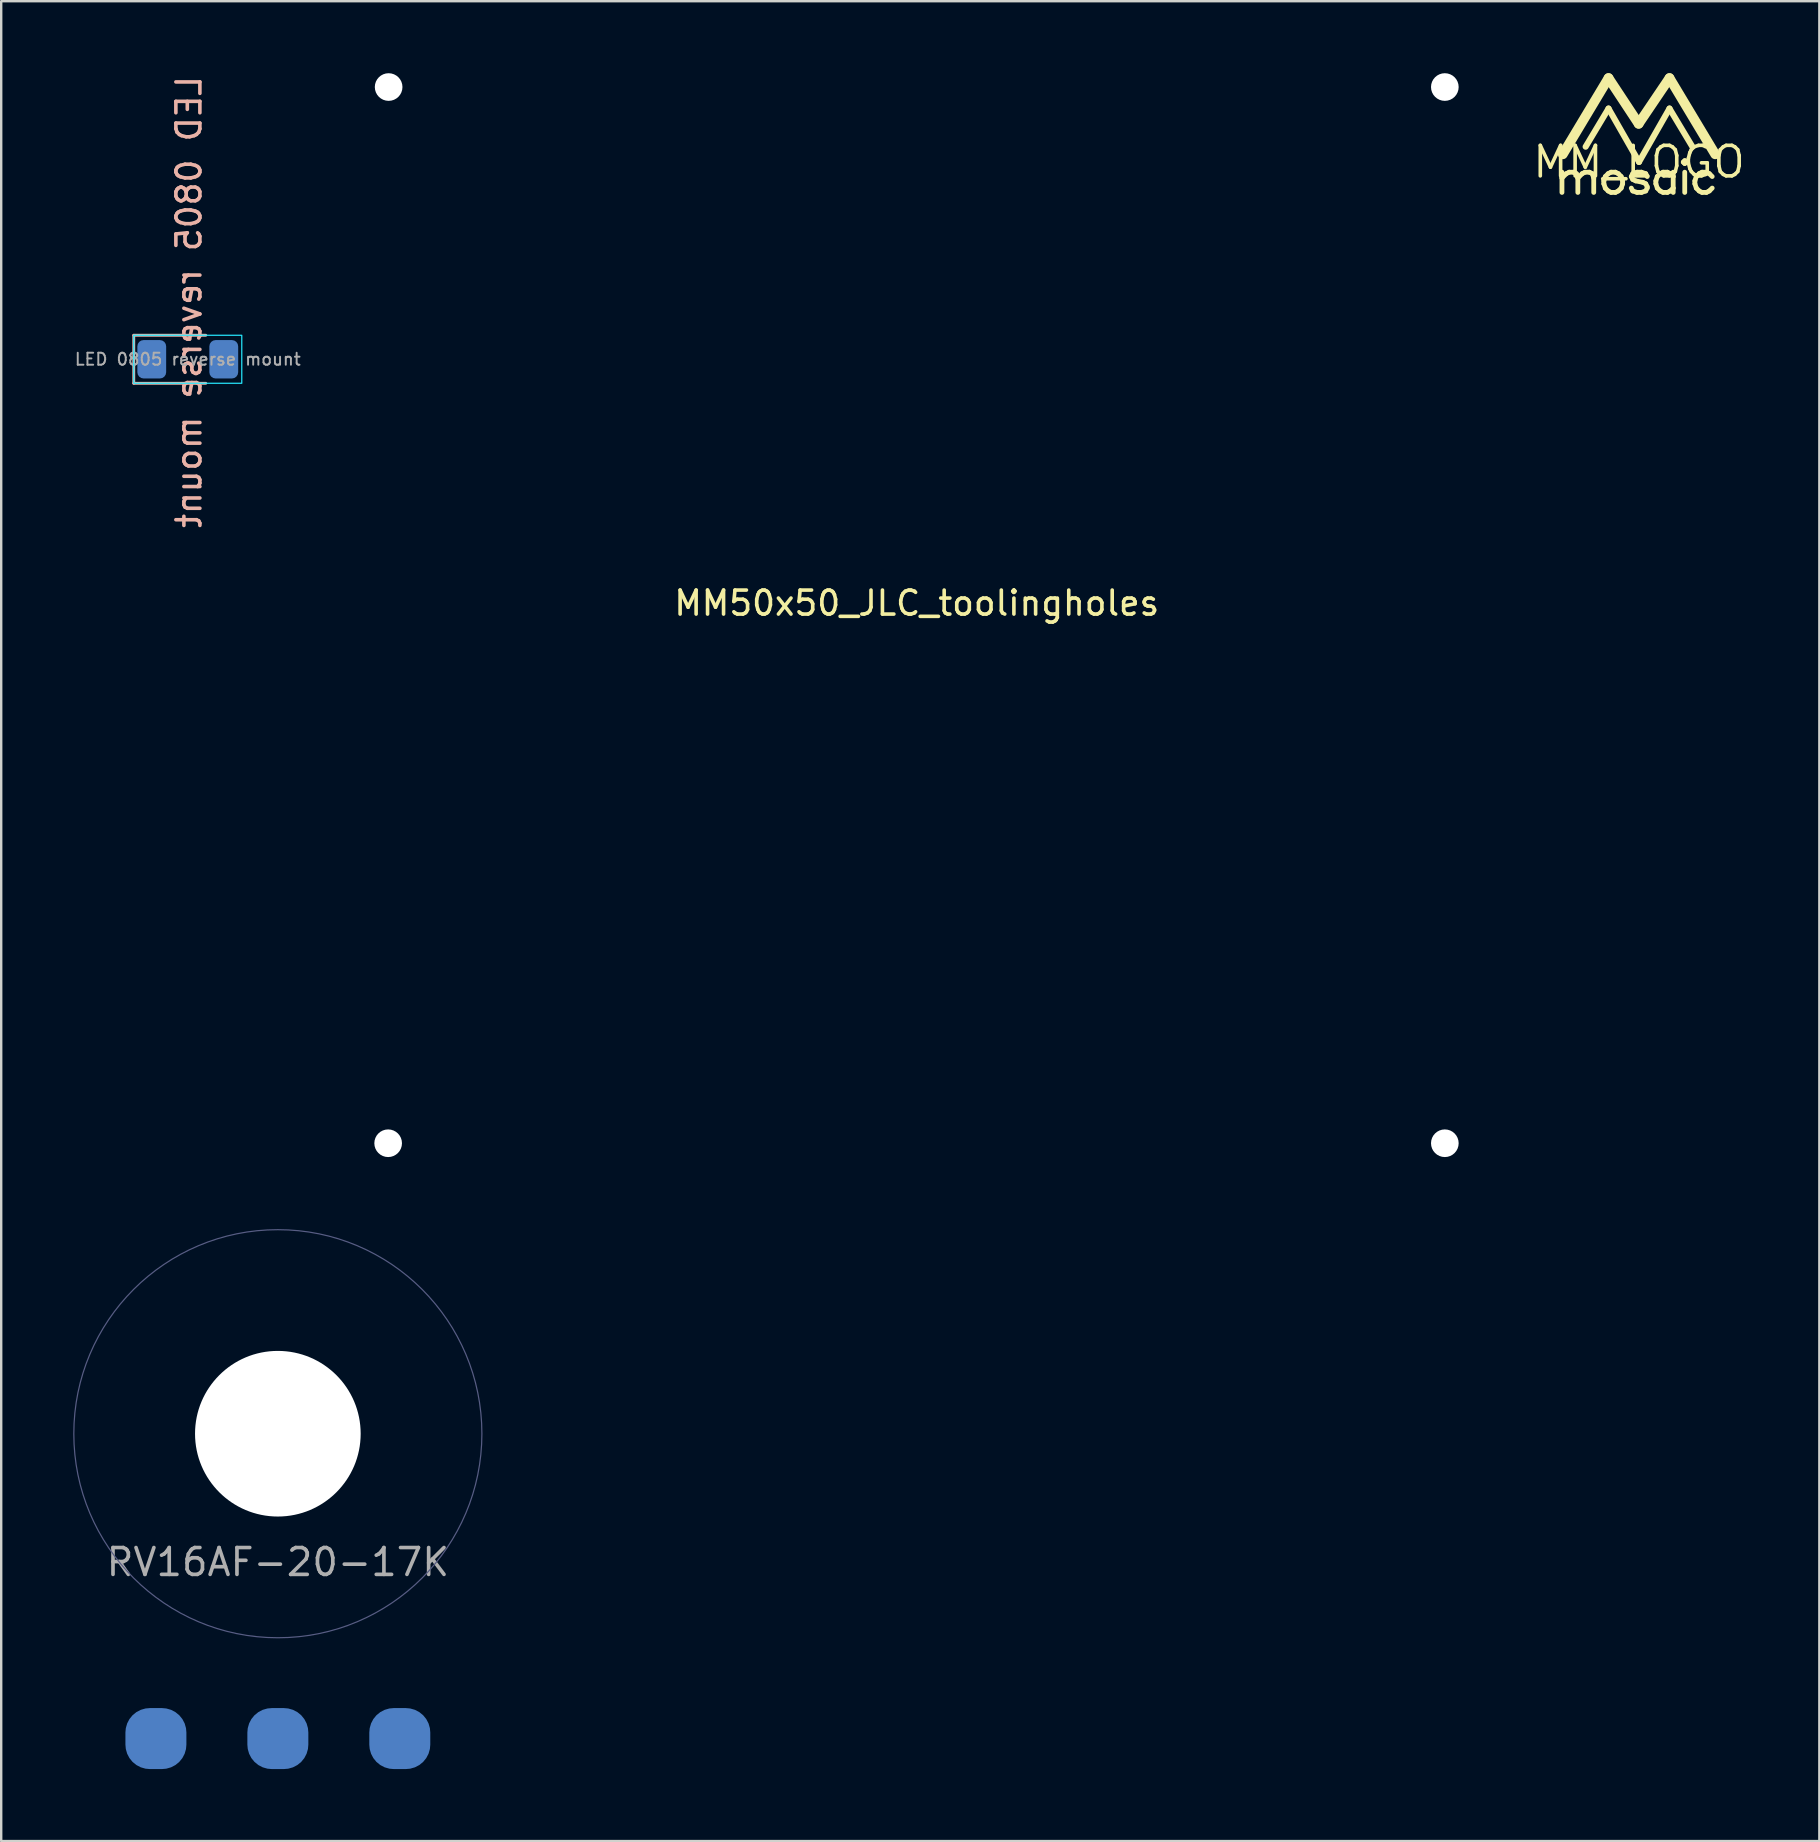
<source format=kicad_pcb>
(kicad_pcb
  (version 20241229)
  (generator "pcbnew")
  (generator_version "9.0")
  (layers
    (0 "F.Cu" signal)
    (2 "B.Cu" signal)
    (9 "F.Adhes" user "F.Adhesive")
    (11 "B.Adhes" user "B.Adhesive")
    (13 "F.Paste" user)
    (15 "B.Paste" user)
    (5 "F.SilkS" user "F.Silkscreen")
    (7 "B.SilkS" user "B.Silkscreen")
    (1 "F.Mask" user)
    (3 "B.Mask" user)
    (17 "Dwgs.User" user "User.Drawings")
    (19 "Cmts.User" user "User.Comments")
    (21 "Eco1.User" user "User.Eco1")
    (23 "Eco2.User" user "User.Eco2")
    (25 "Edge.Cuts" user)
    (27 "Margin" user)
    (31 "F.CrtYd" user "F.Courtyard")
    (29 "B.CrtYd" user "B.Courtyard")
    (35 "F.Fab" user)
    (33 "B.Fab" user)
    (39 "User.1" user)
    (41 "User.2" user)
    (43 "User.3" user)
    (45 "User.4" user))
  (footprint "MM50x50_JLC_toolingholes"
    (layer "F.Cu")
    (at 35.14 22.576)
    (property "Reference" "MM50x50_JLC_toolingholes" (at 0 -0.5 0) (unlocked yes) (layer "F.SilkS") (effects (font (size 1 1) (thickness 0.15))))
    (pad "" np_thru_hole circle (at -22.02 22) (size 1.152 1.152) (drill 1.152) (layers "*.Cu" "*.Mask"))
    (pad "" np_thru_hole circle (at -22 -22) (size 1.152 1.152) (drill 1.152) (layers "*.Cu" "*.Mask"))
    (pad "" np_thru_hole circle (at 22 -22) (size 1.152 1.152) (drill 1.152) (layers "*.Cu" "*.Mask"))
    (pad "" np_thru_hole circle (at 22 22) (size 1.152 1.152) (drill 1.152) (layers "*.Cu" "*.Mask")))
  (footprint "LED 0805 reverse mount"
    (layer "F.Cu")
    (at 4.772 11.917)
    (property "Reference" "LED 0805 reverse mount" (at 0.05 -2.388 90) (layer "B.SilkS") (effects (font (size 1 1) (thickness 0.15)) (justify mirror)))
    (attr smd)
    (fp_poly (pts (xy 0.75 0.75) (xy -0.75 0.75) (xy -0.75 -0.75) (xy 0.75 -0.75)) (stroke (width 0) (type solid)) (fill yes) (layer "B.Mask"))
    (fp_line (start -2.25 -1) (end -2.25 1) (stroke (width 0.12) (type solid)) (layer "B.SilkS"))
    (fp_line (start -2.25 1) (end 0.75 1) (stroke (width 0.12) (type solid)) (layer "B.SilkS"))
    (fp_line (start 0.75 -1) (end -2.25 -1) (stroke (width 0.12) (type solid)) (layer "B.SilkS"))
    (fp_rect (start -2.25 -1) (end 2.25 1) (stroke (width 0.05) (type solid)) (fill no) (layer "B.CrtYd"))
    (fp_text user "${REFERENCE}" (at 0 0 0) (layer "F.Fab") (effects (font (size 0.5 0.5) (thickness 0.08))))
    (pad "1" smd roundrect (at -1.5 0) (size 1.2 1.6) (layers "B.Cu" "B.Mask" "B.Paste") (roundrect_rratio 0.217))
    (pad "2" smd roundrect (at 1.5 0) (size 1.2 1.6) (layers "B.Cu" "B.Mask" "B.Paste") (roundrect_rratio 0.217))
    (zone (net_name "") (layers "B.Cu" "B.Mask") (hatch edge 0.508) (connect_pads) (min_thickness 0.254) (filled_areas_thickness no) (keepout (tracks not_allowed) (vias not_allowed) (pads not_allowed) (copperpour not_allowed) (footprints allowed)) (placement (enabled no)) (fill) (polygon (pts (xy 5.522 12.667) (xy 4.022 12.667) (xy 4.022 11.167) (xy 5.522 11.167)))))
  (footprint "MM_LOGO"
    (layer "F.Cu")
    (at 65.229 3.696)
    (property "Reference" "MM_LOGO" (at 0 0 0) (layer "F.SilkS") (effects (font (size 1.27 1.27) (thickness 0.15))))
    (fp_line (start -3.21 0.428) (end -3.21 0.669) (stroke (width 0.2) (type solid)) (layer "F.SilkS"))
    (fp_line (start -3.21 0.669) (end -3.21 1.27) (stroke (width 0.2) (type solid)) (layer "F.SilkS"))
    (fp_line (start -3.21 0.669) (end -3.029 0.488) (stroke (width 0.2) (type solid)) (layer "F.SilkS"))
    (fp_line (start -3.175 -0.318) (end -1.27 -3.493) (stroke (width 0.406) (type solid)) (layer "F.SilkS"))
    (fp_line (start -3.029 0.488) (end -2.909 0.428) (stroke (width 0.2) (type solid)) (layer "F.SilkS"))
    (fp_line (start -2.909 0.428) (end -2.728 0.428) (stroke (width 0.2) (type solid)) (layer "F.SilkS"))
    (fp_line (start -2.728 0.428) (end -2.608 0.488) (stroke (width 0.2) (type solid)) (layer "F.SilkS"))
    (fp_line (start -2.608 0.488) (end -2.548 0.669) (stroke (width 0.2) (type solid)) (layer "F.SilkS"))
    (fp_line (start -2.548 0.669) (end -2.548 1.27) (stroke (width 0.2) (type solid)) (layer "F.SilkS"))
    (fp_line (start -2.548 0.669) (end -2.367 0.488) (stroke (width 0.2) (type solid)) (layer "F.SilkS"))
    (fp_line (start -2.367 0.488) (end -2.247 0.428) (stroke (width 0.2) (type solid)) (layer "F.SilkS"))
    (fp_line (start -2.247 0.428) (end -2.066 0.428) (stroke (width 0.2) (type solid)) (layer "F.SilkS"))
    (fp_line (start -2.066 0.428) (end -1.946 0.488) (stroke (width 0.2) (type solid)) (layer "F.SilkS"))
    (fp_line (start -1.946 0.488) (end -1.886 0.669) (stroke (width 0.2) (type solid)) (layer "F.SilkS"))
    (fp_line (start -1.886 0.669) (end -1.886 1.27) (stroke (width 0.2) (type solid)) (layer "F.SilkS"))
    (fp_line (start -1.465 0.789) (end -1.465 0.909) (stroke (width 0.2) (type solid)) (layer "F.SilkS"))
    (fp_line (start -1.465 0.909) (end -1.404 1.09) (stroke (width 0.2) (type solid)) (layer "F.SilkS"))
    (fp_line (start -1.404 0.608) (end -1.465 0.789) (stroke (width 0.2) (type solid)) (layer "F.SilkS"))
    (fp_line (start -1.404 1.09) (end -1.284 1.21) (stroke (width 0.2) (type solid)) (layer "F.SilkS"))
    (fp_line (start -1.284 0.488) (end -1.404 0.608) (stroke (width 0.2) (type solid)) (layer "F.SilkS"))
    (fp_line (start -1.284 1.21) (end -1.164 1.27) (stroke (width 0.2) (type solid)) (layer "F.SilkS"))
    (fp_line (start -1.27 -3.493) (end -0.015 -1.59) (stroke (width 0.406) (type solid)) (layer "F.SilkS"))
    (fp_line (start -1.27 -2.223) (end -2.223 -0.635) (stroke (width 0.254) (type solid)) (layer "F.SilkS"))
    (fp_line (start -1.27 -2.223) (end 0 0) (stroke (width 0.254) (type solid)) (layer "F.SilkS"))
    (fp_line (start -1.164 0.428) (end -1.284 0.488) (stroke (width 0.2) (type solid)) (layer "F.SilkS"))
    (fp_line (start -1.164 1.27) (end -0.983 1.27) (stroke (width 0.2) (type solid)) (layer "F.SilkS"))
    (fp_line (start -0.983 0.428) (end -1.164 0.428) (stroke (width 0.2) (type solid)) (layer "F.SilkS"))
    (fp_line (start -0.983 1.27) (end -0.863 1.21) (stroke (width 0.2) (type solid)) (layer "F.SilkS"))
    (fp_line (start -0.863 0.488) (end -0.983 0.428) (stroke (width 0.2) (type solid)) (layer "F.SilkS"))
    (fp_line (start -0.863 1.21) (end -0.743 1.09) (stroke (width 0.2) (type solid)) (layer "F.SilkS"))
    (fp_line (start -0.743 0.608) (end -0.863 0.488) (stroke (width 0.2) (type solid)) (layer "F.SilkS"))
    (fp_line (start -0.743 1.09) (end -0.682 0.909) (stroke (width 0.2) (type solid)) (layer "F.SilkS"))
    (fp_line (start -0.682 0.789) (end -0.743 0.608) (stroke (width 0.2) (type solid)) (layer "F.SilkS"))
    (fp_line (start -0.682 0.909) (end -0.682 0.789) (stroke (width 0.2) (type solid)) (layer "F.SilkS"))
    (fp_line (start -0.321 0.608) (end -0.261 0.729) (stroke (width 0.2) (type solid)) (layer "F.SilkS"))
    (fp_line (start -0.261 0.488) (end -0.321 0.608) (stroke (width 0.2) (type solid)) (layer "F.SilkS"))
    (fp_line (start -0.261 0.729) (end -0.141 0.789) (stroke (width 0.2) (type solid)) (layer "F.SilkS"))
    (fp_line (start -0.261 1.21) (end -0.321 1.09) (stroke (width 0.2) (type solid)) (layer "F.SilkS"))
    (fp_line (start -0.141 0.789) (end 0.16 0.849) (stroke (width 0.2) (type solid)) (layer "F.SilkS"))
    (fp_line (start -0.081 0.428) (end -0.261 0.488) (stroke (width 0.2) (type solid)) (layer "F.SilkS"))
    (fp_line (start -0.081 1.27) (end -0.261 1.21) (stroke (width 0.2) (type solid)) (layer "F.SilkS"))
    (fp_line (start -0.015 -1.59) (end 1.27 -3.493) (stroke (width 0.406) (type solid)) (layer "F.SilkS"))
    (fp_line (start 0 0) (end 1.27 -2.223) (stroke (width 0.254) (type solid)) (layer "F.SilkS"))
    (fp_line (start 0.1 0.428) (end -0.081 0.428) (stroke (width 0.2) (type solid)) (layer "F.SilkS"))
    (fp_line (start 0.1 1.27) (end -0.081 1.27) (stroke (width 0.2) (type solid)) (layer "F.SilkS"))
    (fp_line (start 0.16 0.849) (end 0.28 0.909) (stroke (width 0.2) (type solid)) (layer "F.SilkS"))
    (fp_line (start 0.28 0.488) (end 0.1 0.428) (stroke (width 0.2) (type solid)) (layer "F.SilkS"))
    (fp_line (start 0.28 0.909) (end 0.341 1.03) (stroke (width 0.2) (type solid)) (layer "F.SilkS"))
    (fp_line (start 0.28 1.21) (end 0.1 1.27) (stroke (width 0.2) (type solid)) (layer "F.SilkS"))
    (fp_line (start 0.341 0.608) (end 0.28 0.488) (stroke (width 0.2) (type solid)) (layer "F.SilkS"))
    (fp_line (start 0.341 1.03) (end 0.341 1.09) (stroke (width 0.2) (type solid)) (layer "F.SilkS"))
    (fp_line (start 0.341 1.09) (end 0.28 1.21) (stroke (width 0.2) (type solid)) (layer "F.SilkS"))
    (fp_line (start 0.702 0.789) (end 0.702 0.909) (stroke (width 0.2) (type solid)) (layer "F.SilkS"))
    (fp_line (start 0.702 0.909) (end 0.762 1.09) (stroke (width 0.2) (type solid)) (layer "F.SilkS"))
    (fp_line (start 0.762 0.608) (end 0.702 0.789) (stroke (width 0.2) (type solid)) (layer "F.SilkS"))
    (fp_line (start 0.762 1.09) (end 0.882 1.21) (stroke (width 0.2) (type solid)) (layer "F.SilkS"))
    (fp_line (start 0.882 0.488) (end 0.762 0.608) (stroke (width 0.2) (type solid)) (layer "F.SilkS"))
    (fp_line (start 0.882 1.21) (end 1.003 1.27) (stroke (width 0.2) (type solid)) (layer "F.SilkS"))
    (fp_line (start 1.003 0.428) (end 0.882 0.488) (stroke (width 0.2) (type solid)) (layer "F.SilkS"))
    (fp_line (start 1.003 1.27) (end 1.183 1.27) (stroke (width 0.2) (type solid)) (layer "F.SilkS"))
    (fp_line (start 1.183 0.428) (end 1.003 0.428) (stroke (width 0.2) (type solid)) (layer "F.SilkS"))
    (fp_line (start 1.183 1.27) (end 1.304 1.21) (stroke (width 0.2) (type solid)) (layer "F.SilkS"))
    (fp_line (start 1.27 -3.493) (end 3.175 -0.318) (stroke (width 0.406) (type solid)) (layer "F.SilkS"))
    (fp_line (start 1.27 -2.223) (end 2.223 -0.635) (stroke (width 0.254) (type solid)) (layer "F.SilkS"))
    (fp_line (start 1.304 0.488) (end 1.183 0.428) (stroke (width 0.2) (type solid)) (layer "F.SilkS"))
    (fp_line (start 1.304 1.21) (end 1.424 1.09) (stroke (width 0.2) (type solid)) (layer "F.SilkS"))
    (fp_line (start 1.424 0.428) (end 1.424 0.608) (stroke (width 0.2) (type solid)) (layer "F.SilkS"))
    (fp_line (start 1.424 0.608) (end 1.304 0.488) (stroke (width 0.2) (type solid)) (layer "F.SilkS"))
    (fp_line (start 1.424 0.608) (end 1.424 1.09) (stroke (width 0.2) (type solid)) (layer "F.SilkS"))
    (fp_line (start 1.424 1.09) (end 1.424 1.27) (stroke (width 0.2) (type solid)) (layer "F.SilkS"))
    (fp_line (start 1.845 0.007) (end 1.905 0.067) (stroke (width 0.2) (type solid)) (layer "F.SilkS"))
    (fp_line (start 1.905 -0.054) (end 1.845 0.007) (stroke (width 0.2) (type solid)) (layer "F.SilkS"))
    (fp_line (start 1.905 0.067) (end 1.965 0.007) (stroke (width 0.2) (type solid)) (layer "F.SilkS"))
    (fp_line (start 1.905 0.428) (end 1.905 1.27) (stroke (width 0.2) (type solid)) (layer "F.SilkS"))
    (fp_line (start 1.965 0.007) (end 1.905 -0.054) (stroke (width 0.2) (type solid)) (layer "F.SilkS"))
    (fp_line (start 2.327 0.789) (end 2.327 0.909) (stroke (width 0.2) (type solid)) (layer "F.SilkS"))
    (fp_line (start 2.327 0.909) (end 2.387 1.09) (stroke (width 0.2) (type solid)) (layer "F.SilkS"))
    (fp_line (start 2.387 0.608) (end 2.327 0.789) (stroke (width 0.2) (type solid)) (layer "F.SilkS"))
    (fp_line (start 2.387 1.09) (end 2.507 1.21) (stroke (width 0.2) (type solid)) (layer "F.SilkS"))
    (fp_line (start 2.507 0.488) (end 2.387 0.608) (stroke (width 0.2) (type solid)) (layer "F.SilkS"))
    (fp_line (start 2.507 1.21) (end 2.627 1.27) (stroke (width 0.2) (type solid)) (layer "F.SilkS"))
    (fp_line (start 2.627 0.428) (end 2.507 0.488) (stroke (width 0.2) (type solid)) (layer "F.SilkS"))
    (fp_line (start 2.627 1.27) (end 2.808 1.27) (stroke (width 0.2) (type solid)) (layer "F.SilkS"))
    (fp_line (start 2.808 0.428) (end 2.627 0.428) (stroke (width 0.2) (type solid)) (layer "F.SilkS"))
    (fp_line (start 2.808 1.27) (end 2.928 1.21) (stroke (width 0.2) (type solid)) (layer "F.SilkS"))
    (fp_line (start 2.928 0.488) (end 2.808 0.428) (stroke (width 0.2) (type solid)) (layer "F.SilkS"))
    (fp_line (start 2.928 1.21) (end 3.049 1.09) (stroke (width 0.2) (type solid)) (layer "F.SilkS"))
    (fp_line (start 3.049 0.608) (end 2.928 0.488) (stroke (width 0.2) (type solid)) (layer "F.SilkS")))
  (footprint "RV16AF-20-17K"
    (layer "F.Cu")
    (at 8.525 56.677)
    (property "Reference" "RV16AF-20-17K" (at 0 5.35 0) (layer "F.Fab") (effects (font (size 1.118 1.118) (thickness 0.152))))
    (fp_circle (center 0 0) (end 8.5 0) (stroke (width 0.05) (type solid)) (fill no) (layer "B.Fab"))
    (pad "" np_thru_hole circle (at 0 0) (size 6.9 6.9) (drill 6.9) (layers "*.Cu" "*.Mask"))
    (pad "1" smd roundrect (at -5.08 12.7 90) (size 2.54 2.54) (layers "B.Cu" "B.Mask" "B.Paste") (roundrect_rratio 0.4))
    (pad "2" smd roundrect (at 0 12.7 90) (size 2.54 2.54) (layers "B.Cu" "B.Mask" "B.Paste") (roundrect_rratio 0.4))
    (pad "3" smd roundrect (at 5.08 12.7 90) (size 2.54 2.54) (layers "B.Cu" "B.Mask" "B.Paste") (roundrect_rratio 0.4))
    (zone (net_name "") (layer "F.Cu") (hatch edge 0.508) (connect_pads) (min_thickness 0.254) (filled_areas_thickness no) (keepout (tracks not_allowed) (vias not_allowed) (pads allowed) (copperpour not_allowed) (footprints allowed)) (placement (enabled no)) (fill) (polygon (pts (xy 8.525 50.177) (xy 9.035 50.197) (xy 9.542 50.257) (xy 10.042 50.357) (xy 10.534 50.495) (xy 11.012 50.672) (xy 11.476 50.885) (xy 11.921 51.135) (xy 12.346 51.418) (xy 12.746 51.734) (xy 13.121 52.081) (xy 13.468 52.456) (xy 13.784 52.856) (xy 14.067 53.281) (xy 14.317 53.726) (xy 14.53 54.19) (xy 14.707 54.668) (xy 14.845 55.16) (xy 14.945 55.66) (xy 15.025 56.677) (xy 15.005 57.187) (xy 14.945 57.694) (xy 14.845 58.194) (xy 14.707 58.686) (xy 14.53 59.164) (xy 14.317 59.628) (xy 14.067 60.073) (xy 13.784 60.498) (xy 13.468 60.898) (xy 13.121 61.273) (xy 12.746 61.62) (xy 12.346 61.936) (xy 11.921 62.219) (xy 11.476 62.469) (xy 11.012 62.682) (xy 10.534 62.859) (xy 10.042 62.997) (xy 9.542 63.097) (xy 8.525 63.177) (xy 8.015 63.157) (xy 7.508 63.097) (xy 7.008 62.997) (xy 6.516 62.859) (xy 6.038 62.682) (xy 5.574 62.469) (xy 5.129 62.219) (xy 4.704 61.936) (xy 4.304 61.62) (xy 3.929 61.273) (xy 3.582 60.898) (xy 3.266 60.498) (xy 2.983 60.073) (xy 2.733 59.628) (xy 2.52 59.164) (xy 2.343 58.686) (xy 2.205 58.194) (xy 2.105 57.694) (xy 2.025 56.677) (xy 2.045 56.167) (xy 2.105 55.66) (xy 2.205 55.16) (xy 2.343 54.668) (xy 2.52 54.19) (xy 2.733 53.726) (xy 2.983 53.281) (xy 3.266 52.856) (xy 3.582 52.456) (xy 3.929 52.081) (xy 4.304 51.734) (xy 4.704 51.418) (xy 5.129 51.135) (xy 5.574 50.885) (xy 6.038 50.672) (xy 6.516 50.495) (xy 7.008 50.357) (xy 7.508 50.257))))
    (zone (net_name "") (layer "B.Cu") (hatch edge 0.508) (connect_pads) (min_thickness 0.254) (filled_areas_thickness no) (keepout (tracks not_allowed) (vias not_allowed) (pads allowed) (copperpour not_allowed) (footprints allowed)) (placement (enabled no)) (fill) (polygon (pts (xy 8.525 51.177) (xy 8.046 51.198) (xy 7.57 51.261) (xy 7.101 51.364) (xy 6.644 51.509) (xy 6.201 51.692) (xy 5.775 51.914) (xy 5.37 52.172) (xy 4.99 52.464) (xy 4.636 52.788) (xy 4.312 53.142) (xy 4.02 53.522) (xy 3.762 53.927) (xy 3.54 54.353) (xy 3.357 54.796) (xy 3.212 55.253) (xy 3.109 55.722) (xy 3.046 56.198) (xy 3.025 56.677) (xy 3.046 57.156) (xy 3.109 57.632) (xy 3.212 58.101) (xy 3.357 58.558) (xy 3.54 59.001) (xy 3.762 59.427) (xy 4.02 59.832) (xy 4.312 60.212) (xy 4.636 60.566) (xy 4.99 60.89) (xy 5.37 61.182) (xy 5.775 61.44) (xy 6.201 61.662) (xy 6.644 61.845) (xy 7.101 61.99) (xy 7.57 62.093) (xy 8.046 62.156) (xy 8.525 62.177) (xy 9.004 62.156) (xy 9.48 62.093) (xy 9.949 61.99) (xy 10.406 61.845) (xy 10.849 61.662) (xy 11.275 61.44) (xy 11.68 61.182) (xy 12.06 60.89) (xy 12.414 60.566) (xy 12.738 60.212) (xy 13.03 59.832) (xy 13.288 59.427) (xy 13.51 59.001) (xy 13.693 58.558) (xy 13.838 58.101) (xy 13.941 57.632) (xy 14.004 57.156) (xy 14.025 56.677) (xy 14.004 56.198) (xy 13.941 55.722) (xy 13.838 55.253) (xy 13.693 54.796) (xy 13.51 54.353) (xy 13.288 53.927) (xy 13.03 53.522) (xy 12.738 53.142) (xy 12.414 52.788) (xy 12.06 52.464) (xy 11.68 52.172) (xy 11.275 51.914) (xy 10.849 51.692) (xy 10.406 51.509) (xy 9.949 51.364) (xy 9.48 51.261) (xy 9.004 51.198)))))
  (gr_rect
    (start -3 -3)
    (end 72.742 73.647)
    (stroke (width 0.1) (type default))
    (fill no)
    (layer "Edge.Cuts")))
</source>
